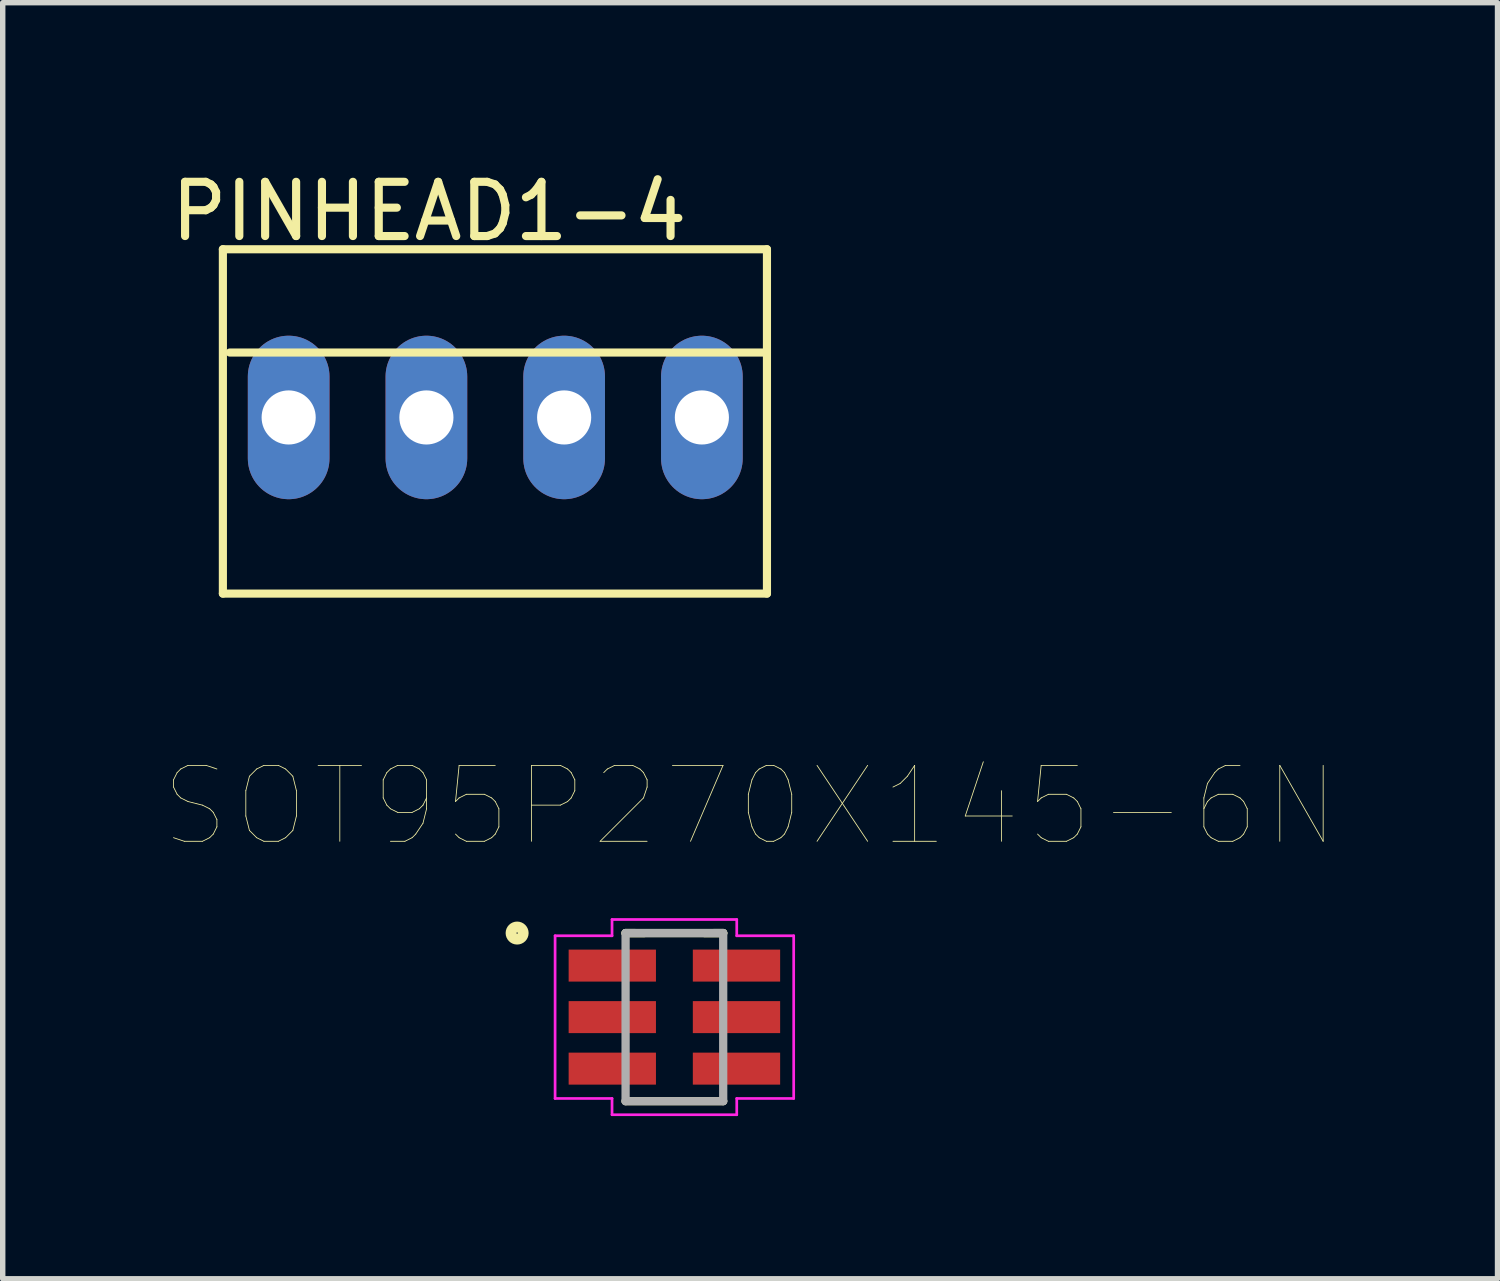
<source format=kicad_pcb>
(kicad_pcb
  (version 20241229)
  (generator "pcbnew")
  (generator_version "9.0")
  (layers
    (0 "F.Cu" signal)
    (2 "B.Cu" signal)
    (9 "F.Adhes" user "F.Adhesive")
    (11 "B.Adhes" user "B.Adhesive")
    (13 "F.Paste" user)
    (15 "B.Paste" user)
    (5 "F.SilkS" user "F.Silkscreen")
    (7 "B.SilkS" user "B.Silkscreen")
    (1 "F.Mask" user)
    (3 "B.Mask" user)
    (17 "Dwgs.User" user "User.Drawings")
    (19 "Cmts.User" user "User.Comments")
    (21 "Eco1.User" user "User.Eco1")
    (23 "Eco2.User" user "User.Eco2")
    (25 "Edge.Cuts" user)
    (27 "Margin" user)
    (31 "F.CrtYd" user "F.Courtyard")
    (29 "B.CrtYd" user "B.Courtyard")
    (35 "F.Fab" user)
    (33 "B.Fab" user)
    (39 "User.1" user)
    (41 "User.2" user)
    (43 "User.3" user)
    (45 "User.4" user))
  (footprint "PINHEAD1-4"
    (layer "F.Cu")
    (at 6.013 4.848)
    (property "Reference" "PINHEAD1-4" (at -1.15 -4 0) (layer "F.SilkS") (effects (font (size 1 1) (thickness 0.15))))
    (attr exclude_from_pos_files exclude_from_bom)
    (fp_line (start -4.953 -3.302) (end -4.953 3.048) (stroke (width 0.15) (type solid)) (layer "F.SilkS"))
    (fp_line (start -4.953 -3.302) (end 5.08 -3.302) (stroke (width 0.15) (type solid)) (layer "F.SilkS"))
    (fp_line (start 5.08 -3.302) (end 5.08 3.048) (stroke (width 0.15) (type solid)) (layer "F.SilkS"))
    (fp_line (start 5.08 -1.397) (end -4.826 -1.397) (stroke (width 0.15) (type solid)) (layer "F.SilkS"))
    (fp_line (start 5.08 3.048) (end -4.953 3.048) (stroke (width 0.15) (type solid)) (layer "F.SilkS"))
    (pad "1" thru_hole oval (at -3.74 -0.2) (size 1.506 3.015) (drill 0.998) (layers "*.Cu" "*.Mask"))
    (pad "2" thru_hole oval (at -1.2 -0.2) (size 1.506 3.015) (drill 0.998) (layers "*.Cu" "*.Mask"))
    (pad "3" thru_hole oval (at 1.34 -0.2) (size 1.506 3.015) (drill 0.998) (layers "*.Cu" "*.Mask"))
    (pad "4" thru_hole oval (at 3.88 -0.2) (size 1.506 3.015) (drill 0.998) (layers "*.Cu" "*.Mask")))
  (footprint "SOT95P270X145-6N"
    (layer "F.Cu")
    (at 9.386 15.706)
    (property "Reference" "SOT95P270X145-6N" (at 1.397 -3.889 0) (layer "F.SilkS") (effects (font (size 1.4 1.4) (thickness 0.015))))
    (attr through_hole)
    (fp_line (start -0.9 -1.55) (end -0.559 -1.549) (stroke (width 0.152) (type solid)) (layer "F.SilkS"))
    (fp_line (start 0.559 -1.549) (end 0.9 -1.55) (stroke (width 0.152) (type solid)) (layer "F.SilkS"))
    (fp_line (start 0.9 -1.55) (end -0.9 -1.55) (stroke (width 0.152) (type solid)) (layer "F.SilkS"))
    (fp_line (start 0.9 1.55) (end -0.9 1.55) (stroke (width 0.152) (type solid)) (layer "F.SilkS"))
    (fp_circle (center -2.9 -1.55) (end -2.788 -1.55) (stroke (width 0.2) (type solid)) (fill no) (layer "F.SilkS"))
    (fp_line (start -2.2 -1.5) (end -1.15 -1.5) (stroke (width 0.05) (type solid)) (layer "F.CrtYd"))
    (fp_line (start -2.2 1.5) (end -2.2 -1.5) (stroke (width 0.05) (type solid)) (layer "F.CrtYd"))
    (fp_line (start -1.15 -1.8) (end 1.15 -1.8) (stroke (width 0.05) (type solid)) (layer "F.CrtYd"))
    (fp_line (start -1.15 -1.5) (end -1.15 -1.8) (stroke (width 0.05) (type solid)) (layer "F.CrtYd"))
    (fp_line (start -1.15 1.5) (end -2.2 1.5) (stroke (width 0.05) (type solid)) (layer "F.CrtYd"))
    (fp_line (start -1.15 1.8) (end -1.15 1.5) (stroke (width 0.05) (type solid)) (layer "F.CrtYd"))
    (fp_line (start 1.15 -1.8) (end 1.15 -1.5) (stroke (width 0.05) (type solid)) (layer "F.CrtYd"))
    (fp_line (start 1.15 -1.5) (end 2.2 -1.5) (stroke (width 0.05) (type solid)) (layer "F.CrtYd"))
    (fp_line (start 1.15 1.5) (end 1.15 1.8) (stroke (width 0.05) (type solid)) (layer "F.CrtYd"))
    (fp_line (start 1.15 1.8) (end -1.15 1.8) (stroke (width 0.05) (type solid)) (layer "F.CrtYd"))
    (fp_line (start 2.2 -1.5) (end 2.2 1.5) (stroke (width 0.05) (type solid)) (layer "F.CrtYd"))
    (fp_line (start 2.2 1.5) (end 1.15 1.5) (stroke (width 0.05) (type solid)) (layer "F.CrtYd"))
    (fp_line (start -0.9 -1.55) (end -0.9 1.55) (stroke (width 0.152) (type solid)) (layer "F.Fab"))
    (fp_line (start -0.9 1.55) (end 0.9 1.55) (stroke (width 0.152) (type solid)) (layer "F.Fab"))
    (fp_line (start 0.9 -1.55) (end -0.9 -1.55) (stroke (width 0.152) (type solid)) (layer "F.Fab"))
    (fp_line (start 0.9 1.55) (end 0.9 -1.55) (stroke (width 0.152) (type solid)) (layer "F.Fab"))
    (pad "1" smd rect (at -1.145 -0.95) (size 1.61 0.59) (layers "F.Cu" "F.Mask" "F.Paste"))
    (pad "2" smd rect (at -1.145 0) (size 1.61 0.59) (layers "F.Cu" "F.Mask" "F.Paste"))
    (pad "3" smd rect (at -1.145 0.95) (size 1.61 0.59) (layers "F.Cu" "F.Mask" "F.Paste"))
    (pad "4" smd rect (at 1.145 0.95) (size 1.61 0.59) (layers "F.Cu" "F.Mask" "F.Paste"))
    (pad "5" smd rect (at 1.145 0) (size 1.61 0.59) (layers "F.Cu" "F.Mask" "F.Paste"))
    (pad "6" smd rect (at 1.145 -0.95) (size 1.61 0.59) (layers "F.Cu" "F.Mask" "F.Paste")))
  (gr_rect
    (start -3 -3)
    (end 24.565 20.531)
    (stroke (width 0.1) (type default))
    (fill no)
    (layer "Edge.Cuts")))
</source>
